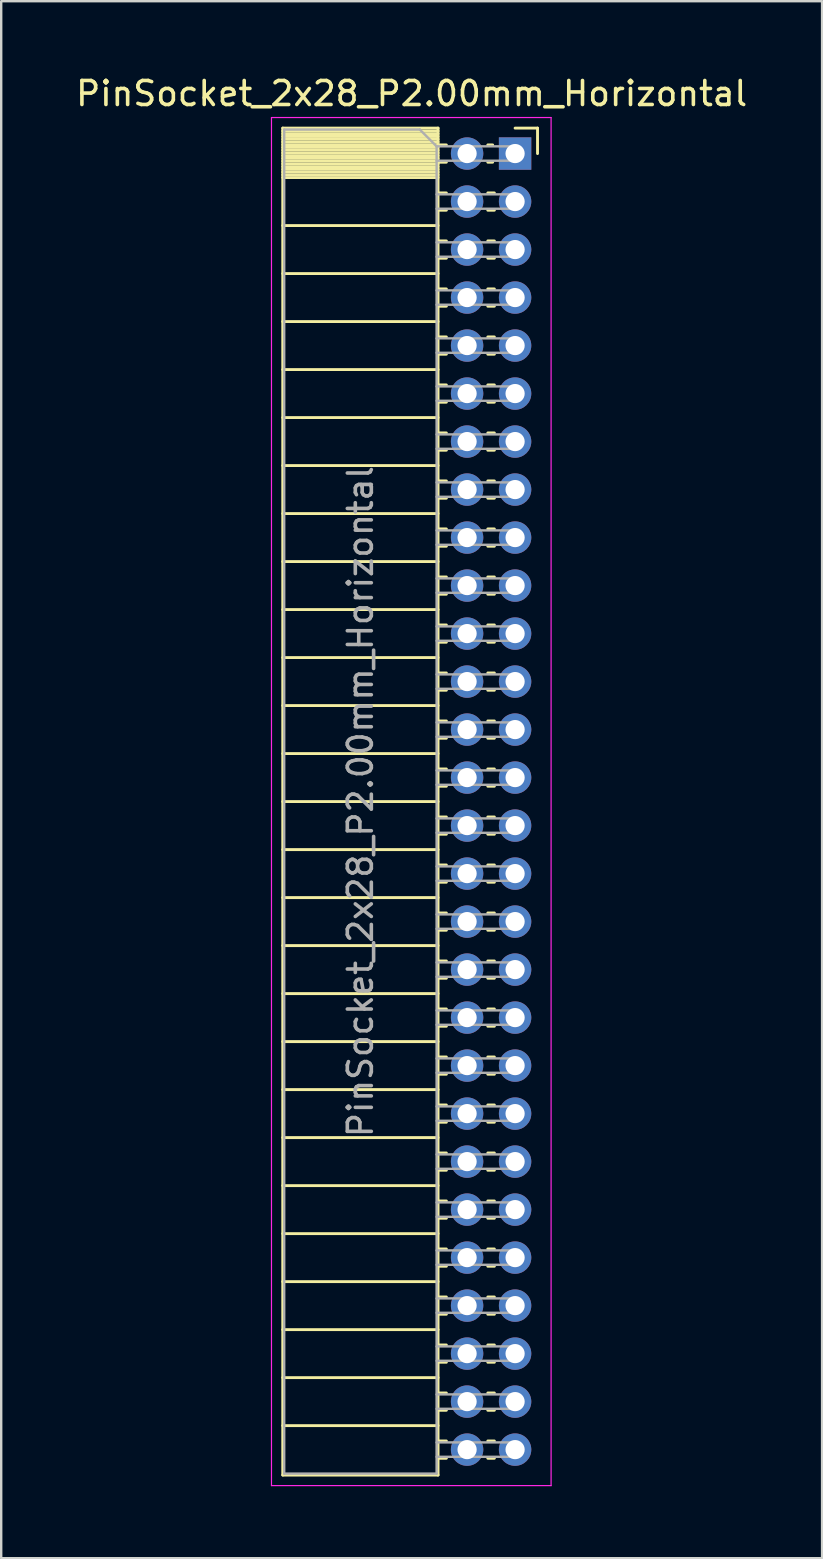
<source format=kicad_pcb>
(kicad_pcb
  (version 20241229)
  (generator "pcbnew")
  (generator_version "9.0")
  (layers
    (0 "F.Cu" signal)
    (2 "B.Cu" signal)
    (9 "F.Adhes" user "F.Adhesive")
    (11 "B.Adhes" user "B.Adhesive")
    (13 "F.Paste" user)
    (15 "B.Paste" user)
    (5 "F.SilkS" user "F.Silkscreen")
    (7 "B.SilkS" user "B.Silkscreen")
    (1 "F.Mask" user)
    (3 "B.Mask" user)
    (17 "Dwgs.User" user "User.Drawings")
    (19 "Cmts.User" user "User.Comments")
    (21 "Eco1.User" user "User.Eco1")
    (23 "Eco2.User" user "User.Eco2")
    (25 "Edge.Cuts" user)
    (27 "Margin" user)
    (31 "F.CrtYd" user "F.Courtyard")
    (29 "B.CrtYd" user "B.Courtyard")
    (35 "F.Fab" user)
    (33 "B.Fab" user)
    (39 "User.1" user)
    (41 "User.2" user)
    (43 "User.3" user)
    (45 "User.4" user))
  (footprint "PinSocket_2x28_P2.00mm_Horizontal"
    (layer "F.Cu")
    (at 18.411 3.348)
    (property "Reference" "PinSocket_2x28_P2.00mm_Horizontal" (at -4.31 -2.5 0) (layer "F.SilkS") (effects (font (size 1 1) (thickness 0.15))))
    (attr through_hole)
    (fp_line (start -9.68 -1.06) (end -9.68 55.06) (stroke (width 0.12) (type solid)) (layer "F.SilkS"))
    (fp_line (start -9.68 -1.06) (end -3.21 -1.06) (stroke (width 0.12) (type solid)) (layer "F.SilkS"))
    (fp_line (start -9.68 -0.94) (end -3.21 -0.94) (stroke (width 0.12) (type solid)) (layer "F.SilkS"))
    (fp_line (start -9.68 -0.826) (end -3.21 -0.826) (stroke (width 0.12) (type solid)) (layer "F.SilkS"))
    (fp_line (start -9.68 -0.712) (end -3.21 -0.712) (stroke (width 0.12) (type solid)) (layer "F.SilkS"))
    (fp_line (start -9.68 -0.598) (end -3.21 -0.598) (stroke (width 0.12) (type solid)) (layer "F.SilkS"))
    (fp_line (start -9.68 -0.484) (end -3.21 -0.484) (stroke (width 0.12) (type solid)) (layer "F.SilkS"))
    (fp_line (start -9.68 -0.369) (end -3.21 -0.369) (stroke (width 0.12) (type solid)) (layer "F.SilkS"))
    (fp_line (start -9.68 -0.255) (end -3.21 -0.255) (stroke (width 0.12) (type solid)) (layer "F.SilkS"))
    (fp_line (start -9.68 -0.141) (end -3.21 -0.141) (stroke (width 0.12) (type solid)) (layer "F.SilkS"))
    (fp_line (start -9.68 -0.027) (end -3.21 -0.027) (stroke (width 0.12) (type solid)) (layer "F.SilkS"))
    (fp_line (start -9.68 0.087) (end -3.21 0.087) (stroke (width 0.12) (type solid)) (layer "F.SilkS"))
    (fp_line (start -9.68 0.201) (end -3.21 0.201) (stroke (width 0.12) (type solid)) (layer "F.SilkS"))
    (fp_line (start -9.68 0.315) (end -3.21 0.315) (stroke (width 0.12) (type solid)) (layer "F.SilkS"))
    (fp_line (start -9.68 0.429) (end -3.21 0.429) (stroke (width 0.12) (type solid)) (layer "F.SilkS"))
    (fp_line (start -9.68 0.544) (end -3.21 0.544) (stroke (width 0.12) (type solid)) (layer "F.SilkS"))
    (fp_line (start -9.68 0.658) (end -3.21 0.658) (stroke (width 0.12) (type solid)) (layer "F.SilkS"))
    (fp_line (start -9.68 0.772) (end -3.21 0.772) (stroke (width 0.12) (type solid)) (layer "F.SilkS"))
    (fp_line (start -9.68 0.886) (end -3.21 0.886) (stroke (width 0.12) (type solid)) (layer "F.SilkS"))
    (fp_line (start -9.68 1) (end -3.21 1) (stroke (width 0.12) (type solid)) (layer "F.SilkS"))
    (fp_line (start -9.68 3) (end -3.21 3) (stroke (width 0.12) (type solid)) (layer "F.SilkS"))
    (fp_line (start -9.68 5) (end -3.21 5) (stroke (width 0.12) (type solid)) (layer "F.SilkS"))
    (fp_line (start -9.68 7) (end -3.21 7) (stroke (width 0.12) (type solid)) (layer "F.SilkS"))
    (fp_line (start -9.68 9) (end -3.21 9) (stroke (width 0.12) (type solid)) (layer "F.SilkS"))
    (fp_line (start -9.68 11) (end -3.21 11) (stroke (width 0.12) (type solid)) (layer "F.SilkS"))
    (fp_line (start -9.68 13) (end -3.21 13) (stroke (width 0.12) (type solid)) (layer "F.SilkS"))
    (fp_line (start -9.68 15) (end -3.21 15) (stroke (width 0.12) (type solid)) (layer "F.SilkS"))
    (fp_line (start -9.68 17) (end -3.21 17) (stroke (width 0.12) (type solid)) (layer "F.SilkS"))
    (fp_line (start -9.68 19) (end -3.21 19) (stroke (width 0.12) (type solid)) (layer "F.SilkS"))
    (fp_line (start -9.68 21) (end -3.21 21) (stroke (width 0.12) (type solid)) (layer "F.SilkS"))
    (fp_line (start -9.68 23) (end -3.21 23) (stroke (width 0.12) (type solid)) (layer "F.SilkS"))
    (fp_line (start -9.68 25) (end -3.21 25) (stroke (width 0.12) (type solid)) (layer "F.SilkS"))
    (fp_line (start -9.68 27) (end -3.21 27) (stroke (width 0.12) (type solid)) (layer "F.SilkS"))
    (fp_line (start -9.68 29) (end -3.21 29) (stroke (width 0.12) (type solid)) (layer "F.SilkS"))
    (fp_line (start -9.68 31) (end -3.21 31) (stroke (width 0.12) (type solid)) (layer "F.SilkS"))
    (fp_line (start -9.68 33) (end -3.21 33) (stroke (width 0.12) (type solid)) (layer "F.SilkS"))
    (fp_line (start -9.68 35) (end -3.21 35) (stroke (width 0.12) (type solid)) (layer "F.SilkS"))
    (fp_line (start -9.68 37) (end -3.21 37) (stroke (width 0.12) (type solid)) (layer "F.SilkS"))
    (fp_line (start -9.68 39) (end -3.21 39) (stroke (width 0.12) (type solid)) (layer "F.SilkS"))
    (fp_line (start -9.68 41) (end -3.21 41) (stroke (width 0.12) (type solid)) (layer "F.SilkS"))
    (fp_line (start -9.68 43) (end -3.21 43) (stroke (width 0.12) (type solid)) (layer "F.SilkS"))
    (fp_line (start -9.68 45) (end -3.21 45) (stroke (width 0.12) (type solid)) (layer "F.SilkS"))
    (fp_line (start -9.68 47) (end -3.21 47) (stroke (width 0.12) (type solid)) (layer "F.SilkS"))
    (fp_line (start -9.68 49) (end -3.21 49) (stroke (width 0.12) (type solid)) (layer "F.SilkS"))
    (fp_line (start -9.68 51) (end -3.21 51) (stroke (width 0.12) (type solid)) (layer "F.SilkS"))
    (fp_line (start -9.68 53) (end -3.21 53) (stroke (width 0.12) (type solid)) (layer "F.SilkS"))
    (fp_line (start -9.68 55.06) (end -3.21 55.06) (stroke (width 0.12) (type solid)) (layer "F.SilkS"))
    (fp_line (start -3.21 -1.06) (end -3.21 55.06) (stroke (width 0.12) (type solid)) (layer "F.SilkS"))
    (fp_line (start -3.21 -0.36) (end -2.863 -0.36) (stroke (width 0.12) (type solid)) (layer "F.SilkS"))
    (fp_line (start -3.21 0.36) (end -2.863 0.36) (stroke (width 0.12) (type solid)) (layer "F.SilkS"))
    (fp_line (start -3.21 1.64) (end -2.863 1.64) (stroke (width 0.12) (type solid)) (layer "F.SilkS"))
    (fp_line (start -3.21 2.36) (end -2.863 2.36) (stroke (width 0.12) (type solid)) (layer "F.SilkS"))
    (fp_line (start -3.21 3.64) (end -2.863 3.64) (stroke (width 0.12) (type solid)) (layer "F.SilkS"))
    (fp_line (start -3.21 4.36) (end -2.863 4.36) (stroke (width 0.12) (type solid)) (layer "F.SilkS"))
    (fp_line (start -3.21 5.64) (end -2.863 5.64) (stroke (width 0.12) (type solid)) (layer "F.SilkS"))
    (fp_line (start -3.21 6.36) (end -2.863 6.36) (stroke (width 0.12) (type solid)) (layer "F.SilkS"))
    (fp_line (start -3.21 7.64) (end -2.863 7.64) (stroke (width 0.12) (type solid)) (layer "F.SilkS"))
    (fp_line (start -3.21 8.36) (end -2.863 8.36) (stroke (width 0.12) (type solid)) (layer "F.SilkS"))
    (fp_line (start -3.21 9.64) (end -2.863 9.64) (stroke (width 0.12) (type solid)) (layer "F.SilkS"))
    (fp_line (start -3.21 10.36) (end -2.863 10.36) (stroke (width 0.12) (type solid)) (layer "F.SilkS"))
    (fp_line (start -3.21 11.64) (end -2.863 11.64) (stroke (width 0.12) (type solid)) (layer "F.SilkS"))
    (fp_line (start -3.21 12.36) (end -2.863 12.36) (stroke (width 0.12) (type solid)) (layer "F.SilkS"))
    (fp_line (start -3.21 13.64) (end -2.863 13.64) (stroke (width 0.12) (type solid)) (layer "F.SilkS"))
    (fp_line (start -3.21 14.36) (end -2.863 14.36) (stroke (width 0.12) (type solid)) (layer "F.SilkS"))
    (fp_line (start -3.21 15.64) (end -2.863 15.64) (stroke (width 0.12) (type solid)) (layer "F.SilkS"))
    (fp_line (start -3.21 16.36) (end -2.863 16.36) (stroke (width 0.12) (type solid)) (layer "F.SilkS"))
    (fp_line (start -3.21 17.64) (end -2.863 17.64) (stroke (width 0.12) (type solid)) (layer "F.SilkS"))
    (fp_line (start -3.21 18.36) (end -2.863 18.36) (stroke (width 0.12) (type solid)) (layer "F.SilkS"))
    (fp_line (start -3.21 19.64) (end -2.863 19.64) (stroke (width 0.12) (type solid)) (layer "F.SilkS"))
    (fp_line (start -3.21 20.36) (end -2.863 20.36) (stroke (width 0.12) (type solid)) (layer "F.SilkS"))
    (fp_line (start -3.21 21.64) (end -2.863 21.64) (stroke (width 0.12) (type solid)) (layer "F.SilkS"))
    (fp_line (start -3.21 22.36) (end -2.863 22.36) (stroke (width 0.12) (type solid)) (layer "F.SilkS"))
    (fp_line (start -3.21 23.64) (end -2.863 23.64) (stroke (width 0.12) (type solid)) (layer "F.SilkS"))
    (fp_line (start -3.21 24.36) (end -2.863 24.36) (stroke (width 0.12) (type solid)) (layer "F.SilkS"))
    (fp_line (start -3.21 25.64) (end -2.863 25.64) (stroke (width 0.12) (type solid)) (layer "F.SilkS"))
    (fp_line (start -3.21 26.36) (end -2.863 26.36) (stroke (width 0.12) (type solid)) (layer "F.SilkS"))
    (fp_line (start -3.21 27.64) (end -2.863 27.64) (stroke (width 0.12) (type solid)) (layer "F.SilkS"))
    (fp_line (start -3.21 28.36) (end -2.863 28.36) (stroke (width 0.12) (type solid)) (layer "F.SilkS"))
    (fp_line (start -3.21 29.64) (end -2.863 29.64) (stroke (width 0.12) (type solid)) (layer "F.SilkS"))
    (fp_line (start -3.21 30.36) (end -2.863 30.36) (stroke (width 0.12) (type solid)) (layer "F.SilkS"))
    (fp_line (start -3.21 31.64) (end -2.863 31.64) (stroke (width 0.12) (type solid)) (layer "F.SilkS"))
    (fp_line (start -3.21 32.36) (end -2.863 32.36) (stroke (width 0.12) (type solid)) (layer "F.SilkS"))
    (fp_line (start -3.21 33.64) (end -2.863 33.64) (stroke (width 0.12) (type solid)) (layer "F.SilkS"))
    (fp_line (start -3.21 34.36) (end -2.863 34.36) (stroke (width 0.12) (type solid)) (layer "F.SilkS"))
    (fp_line (start -3.21 35.64) (end -2.863 35.64) (stroke (width 0.12) (type solid)) (layer "F.SilkS"))
    (fp_line (start -3.21 36.36) (end -2.863 36.36) (stroke (width 0.12) (type solid)) (layer "F.SilkS"))
    (fp_line (start -3.21 37.64) (end -2.863 37.64) (stroke (width 0.12) (type solid)) (layer "F.SilkS"))
    (fp_line (start -3.21 38.36) (end -2.863 38.36) (stroke (width 0.12) (type solid)) (layer "F.SilkS"))
    (fp_line (start -3.21 39.64) (end -2.863 39.64) (stroke (width 0.12) (type solid)) (layer "F.SilkS"))
    (fp_line (start -3.21 40.36) (end -2.863 40.36) (stroke (width 0.12) (type solid)) (layer "F.SilkS"))
    (fp_line (start -3.21 41.64) (end -2.863 41.64) (stroke (width 0.12) (type solid)) (layer "F.SilkS"))
    (fp_line (start -3.21 42.36) (end -2.863 42.36) (stroke (width 0.12) (type solid)) (layer "F.SilkS"))
    (fp_line (start -3.21 43.64) (end -2.863 43.64) (stroke (width 0.12) (type solid)) (layer "F.SilkS"))
    (fp_line (start -3.21 44.36) (end -2.863 44.36) (stroke (width 0.12) (type solid)) (layer "F.SilkS"))
    (fp_line (start -3.21 45.64) (end -2.863 45.64) (stroke (width 0.12) (type solid)) (layer "F.SilkS"))
    (fp_line (start -3.21 46.36) (end -2.863 46.36) (stroke (width 0.12) (type solid)) (layer "F.SilkS"))
    (fp_line (start -3.21 47.64) (end -2.863 47.64) (stroke (width 0.12) (type solid)) (layer "F.SilkS"))
    (fp_line (start -3.21 48.36) (end -2.863 48.36) (stroke (width 0.12) (type solid)) (layer "F.SilkS"))
    (fp_line (start -3.21 49.64) (end -2.863 49.64) (stroke (width 0.12) (type solid)) (layer "F.SilkS"))
    (fp_line (start -3.21 50.36) (end -2.863 50.36) (stroke (width 0.12) (type solid)) (layer "F.SilkS"))
    (fp_line (start -3.21 51.64) (end -2.863 51.64) (stroke (width 0.12) (type solid)) (layer "F.SilkS"))
    (fp_line (start -3.21 52.36) (end -2.863 52.36) (stroke (width 0.12) (type solid)) (layer "F.SilkS"))
    (fp_line (start -3.21 53.64) (end -2.863 53.64) (stroke (width 0.12) (type solid)) (layer "F.SilkS"))
    (fp_line (start -3.21 54.36) (end -2.863 54.36) (stroke (width 0.12) (type solid)) (layer "F.SilkS"))
    (fp_line (start -1.137 -0.36) (end -0.935 -0.36) (stroke (width 0.12) (type solid)) (layer "F.SilkS"))
    (fp_line (start -1.137 0.36) (end -0.935 0.36) (stroke (width 0.12) (type solid)) (layer "F.SilkS"))
    (fp_line (start -1.137 1.64) (end -0.863 1.64) (stroke (width 0.12) (type solid)) (layer "F.SilkS"))
    (fp_line (start -1.137 2.36) (end -0.863 2.36) (stroke (width 0.12) (type solid)) (layer "F.SilkS"))
    (fp_line (start -1.137 3.64) (end -0.863 3.64) (stroke (width 0.12) (type solid)) (layer "F.SilkS"))
    (fp_line (start -1.137 4.36) (end -0.863 4.36) (stroke (width 0.12) (type solid)) (layer "F.SilkS"))
    (fp_line (start -1.137 5.64) (end -0.863 5.64) (stroke (width 0.12) (type solid)) (layer "F.SilkS"))
    (fp_line (start -1.137 6.36) (end -0.863 6.36) (stroke (width 0.12) (type solid)) (layer "F.SilkS"))
    (fp_line (start -1.137 7.64) (end -0.863 7.64) (stroke (width 0.12) (type solid)) (layer "F.SilkS"))
    (fp_line (start -1.137 8.36) (end -0.863 8.36) (stroke (width 0.12) (type solid)) (layer "F.SilkS"))
    (fp_line (start -1.137 9.64) (end -0.863 9.64) (stroke (width 0.12) (type solid)) (layer "F.SilkS"))
    (fp_line (start -1.137 10.36) (end -0.863 10.36) (stroke (width 0.12) (type solid)) (layer "F.SilkS"))
    (fp_line (start -1.137 11.64) (end -0.863 11.64) (stroke (width 0.12) (type solid)) (layer "F.SilkS"))
    (fp_line (start -1.137 12.36) (end -0.863 12.36) (stroke (width 0.12) (type solid)) (layer "F.SilkS"))
    (fp_line (start -1.137 13.64) (end -0.863 13.64) (stroke (width 0.12) (type solid)) (layer "F.SilkS"))
    (fp_line (start -1.137 14.36) (end -0.863 14.36) (stroke (width 0.12) (type solid)) (layer "F.SilkS"))
    (fp_line (start -1.137 15.64) (end -0.863 15.64) (stroke (width 0.12) (type solid)) (layer "F.SilkS"))
    (fp_line (start -1.137 16.36) (end -0.863 16.36) (stroke (width 0.12) (type solid)) (layer "F.SilkS"))
    (fp_line (start -1.137 17.64) (end -0.863 17.64) (stroke (width 0.12) (type solid)) (layer "F.SilkS"))
    (fp_line (start -1.137 18.36) (end -0.863 18.36) (stroke (width 0.12) (type solid)) (layer "F.SilkS"))
    (fp_line (start -1.137 19.64) (end -0.863 19.64) (stroke (width 0.12) (type solid)) (layer "F.SilkS"))
    (fp_line (start -1.137 20.36) (end -0.863 20.36) (stroke (width 0.12) (type solid)) (layer "F.SilkS"))
    (fp_line (start -1.137 21.64) (end -0.863 21.64) (stroke (width 0.12) (type solid)) (layer "F.SilkS"))
    (fp_line (start -1.137 22.36) (end -0.863 22.36) (stroke (width 0.12) (type solid)) (layer "F.SilkS"))
    (fp_line (start -1.137 23.64) (end -0.863 23.64) (stroke (width 0.12) (type solid)) (layer "F.SilkS"))
    (fp_line (start -1.137 24.36) (end -0.863 24.36) (stroke (width 0.12) (type solid)) (layer "F.SilkS"))
    (fp_line (start -1.137 25.64) (end -0.863 25.64) (stroke (width 0.12) (type solid)) (layer "F.SilkS"))
    (fp_line (start -1.137 26.36) (end -0.863 26.36) (stroke (width 0.12) (type solid)) (layer "F.SilkS"))
    (fp_line (start -1.137 27.64) (end -0.863 27.64) (stroke (width 0.12) (type solid)) (layer "F.SilkS"))
    (fp_line (start -1.137 28.36) (end -0.863 28.36) (stroke (width 0.12) (type solid)) (layer "F.SilkS"))
    (fp_line (start -1.137 29.64) (end -0.863 29.64) (stroke (width 0.12) (type solid)) (layer "F.SilkS"))
    (fp_line (start -1.137 30.36) (end -0.863 30.36) (stroke (width 0.12) (type solid)) (layer "F.SilkS"))
    (fp_line (start -1.137 31.64) (end -0.863 31.64) (stroke (width 0.12) (type solid)) (layer "F.SilkS"))
    (fp_line (start -1.137 32.36) (end -0.863 32.36) (stroke (width 0.12) (type solid)) (layer "F.SilkS"))
    (fp_line (start -1.137 33.64) (end -0.863 33.64) (stroke (width 0.12) (type solid)) (layer "F.SilkS"))
    (fp_line (start -1.137 34.36) (end -0.863 34.36) (stroke (width 0.12) (type solid)) (layer "F.SilkS"))
    (fp_line (start -1.137 35.64) (end -0.863 35.64) (stroke (width 0.12) (type solid)) (layer "F.SilkS"))
    (fp_line (start -1.137 36.36) (end -0.863 36.36) (stroke (width 0.12) (type solid)) (layer "F.SilkS"))
    (fp_line (start -1.137 37.64) (end -0.863 37.64) (stroke (width 0.12) (type solid)) (layer "F.SilkS"))
    (fp_line (start -1.137 38.36) (end -0.863 38.36) (stroke (width 0.12) (type solid)) (layer "F.SilkS"))
    (fp_line (start -1.137 39.64) (end -0.863 39.64) (stroke (width 0.12) (type solid)) (layer "F.SilkS"))
    (fp_line (start -1.137 40.36) (end -0.863 40.36) (stroke (width 0.12) (type solid)) (layer "F.SilkS"))
    (fp_line (start -1.137 41.64) (end -0.863 41.64) (stroke (width 0.12) (type solid)) (layer "F.SilkS"))
    (fp_line (start -1.137 42.36) (end -0.863 42.36) (stroke (width 0.12) (type solid)) (layer "F.SilkS"))
    (fp_line (start -1.137 43.64) (end -0.863 43.64) (stroke (width 0.12) (type solid)) (layer "F.SilkS"))
    (fp_line (start -1.137 44.36) (end -0.863 44.36) (stroke (width 0.12) (type solid)) (layer "F.SilkS"))
    (fp_line (start -1.137 45.64) (end -0.863 45.64) (stroke (width 0.12) (type solid)) (layer "F.SilkS"))
    (fp_line (start -1.137 46.36) (end -0.863 46.36) (stroke (width 0.12) (type solid)) (layer "F.SilkS"))
    (fp_line (start -1.137 47.64) (end -0.863 47.64) (stroke (width 0.12) (type solid)) (layer "F.SilkS"))
    (fp_line (start -1.137 48.36) (end -0.863 48.36) (stroke (width 0.12) (type solid)) (layer "F.SilkS"))
    (fp_line (start -1.137 49.64) (end -0.863 49.64) (stroke (width 0.12) (type solid)) (layer "F.SilkS"))
    (fp_line (start -1.137 50.36) (end -0.863 50.36) (stroke (width 0.12) (type solid)) (layer "F.SilkS"))
    (fp_line (start -1.137 51.64) (end -0.863 51.64) (stroke (width 0.12) (type solid)) (layer "F.SilkS"))
    (fp_line (start -1.137 52.36) (end -0.863 52.36) (stroke (width 0.12) (type solid)) (layer "F.SilkS"))
    (fp_line (start -1.137 53.64) (end -0.863 53.64) (stroke (width 0.12) (type solid)) (layer "F.SilkS"))
    (fp_line (start -1.137 54.36) (end -0.863 54.36) (stroke (width 0.12) (type solid)) (layer "F.SilkS"))
    (fp_line (start 0 -1.06) (end 0.935 -1.06) (stroke (width 0.12) (type solid)) (layer "F.SilkS"))
    (fp_line (start 0.935 -1.06) (end 0.935 0) (stroke (width 0.12) (type solid)) (layer "F.SilkS"))
    (fp_line (start -10.15 -1.5) (end -10.15 55.5) (stroke (width 0.05) (type solid)) (layer "F.CrtYd"))
    (fp_line (start -10.15 55.5) (end 1.5 55.5) (stroke (width 0.05) (type solid)) (layer "F.CrtYd"))
    (fp_line (start 1.5 -1.5) (end -10.15 -1.5) (stroke (width 0.05) (type solid)) (layer "F.CrtYd"))
    (fp_line (start 1.5 55.5) (end 1.5 -1.5) (stroke (width 0.05) (type solid)) (layer "F.CrtYd"))
    (fp_line (start -9.62 -1) (end -3.97 -1) (stroke (width 0.1) (type solid)) (layer "F.Fab"))
    (fp_line (start -9.62 55) (end -9.62 -1) (stroke (width 0.1) (type solid)) (layer "F.Fab"))
    (fp_line (start -3.97 -1) (end -3.27 -0.3) (stroke (width 0.1) (type solid)) (layer "F.Fab"))
    (fp_line (start -3.27 -0.3) (end -3.27 55) (stroke (width 0.1) (type solid)) (layer "F.Fab"))
    (fp_line (start -3.27 0.3) (end 0 0.3) (stroke (width 0.1) (type solid)) (layer "F.Fab"))
    (fp_line (start -3.27 2.3) (end 0 2.3) (stroke (width 0.1) (type solid)) (layer "F.Fab"))
    (fp_line (start -3.27 4.3) (end 0 4.3) (stroke (width 0.1) (type solid)) (layer "F.Fab"))
    (fp_line (start -3.27 6.3) (end 0 6.3) (stroke (width 0.1) (type solid)) (layer "F.Fab"))
    (fp_line (start -3.27 8.3) (end 0 8.3) (stroke (width 0.1) (type solid)) (layer "F.Fab"))
    (fp_line (start -3.27 10.3) (end 0 10.3) (stroke (width 0.1) (type solid)) (layer "F.Fab"))
    (fp_line (start -3.27 12.3) (end 0 12.3) (stroke (width 0.1) (type solid)) (layer "F.Fab"))
    (fp_line (start -3.27 14.3) (end 0 14.3) (stroke (width 0.1) (type solid)) (layer "F.Fab"))
    (fp_line (start -3.27 16.3) (end 0 16.3) (stroke (width 0.1) (type solid)) (layer "F.Fab"))
    (fp_line (start -3.27 18.3) (end 0 18.3) (stroke (width 0.1) (type solid)) (layer "F.Fab"))
    (fp_line (start -3.27 20.3) (end 0 20.3) (stroke (width 0.1) (type solid)) (layer "F.Fab"))
    (fp_line (start -3.27 22.3) (end 0 22.3) (stroke (width 0.1) (type solid)) (layer "F.Fab"))
    (fp_line (start -3.27 24.3) (end 0 24.3) (stroke (width 0.1) (type solid)) (layer "F.Fab"))
    (fp_line (start -3.27 26.3) (end 0 26.3) (stroke (width 0.1) (type solid)) (layer "F.Fab"))
    (fp_line (start -3.27 28.3) (end 0 28.3) (stroke (width 0.1) (type solid)) (layer "F.Fab"))
    (fp_line (start -3.27 30.3) (end 0 30.3) (stroke (width 0.1) (type solid)) (layer "F.Fab"))
    (fp_line (start -3.27 32.3) (end 0 32.3) (stroke (width 0.1) (type solid)) (layer "F.Fab"))
    (fp_line (start -3.27 34.3) (end 0 34.3) (stroke (width 0.1) (type solid)) (layer "F.Fab"))
    (fp_line (start -3.27 36.3) (end 0 36.3) (stroke (width 0.1) (type solid)) (layer "F.Fab"))
    (fp_line (start -3.27 38.3) (end 0 38.3) (stroke (width 0.1) (type solid)) (layer "F.Fab"))
    (fp_line (start -3.27 40.3) (end 0 40.3) (stroke (width 0.1) (type solid)) (layer "F.Fab"))
    (fp_line (start -3.27 42.3) (end 0 42.3) (stroke (width 0.1) (type solid)) (layer "F.Fab"))
    (fp_line (start -3.27 44.3) (end 0 44.3) (stroke (width 0.1) (type solid)) (layer "F.Fab"))
    (fp_line (start -3.27 46.3) (end 0 46.3) (stroke (width 0.1) (type solid)) (layer "F.Fab"))
    (fp_line (start -3.27 48.3) (end 0 48.3) (stroke (width 0.1) (type solid)) (layer "F.Fab"))
    (fp_line (start -3.27 50.3) (end 0 50.3) (stroke (width 0.1) (type solid)) (layer "F.Fab"))
    (fp_line (start -3.27 52.3) (end 0 52.3) (stroke (width 0.1) (type solid)) (layer "F.Fab"))
    (fp_line (start -3.27 54.3) (end 0 54.3) (stroke (width 0.1) (type solid)) (layer "F.Fab"))
    (fp_line (start -3.27 55) (end -9.62 55) (stroke (width 0.1) (type solid)) (layer "F.Fab"))
    (fp_line (start 0 -0.3) (end -3.27 -0.3) (stroke (width 0.1) (type solid)) (layer "F.Fab"))
    (fp_line (start 0 0.3) (end 0 -0.3) (stroke (width 0.1) (type solid)) (layer "F.Fab"))
    (fp_line (start 0 1.7) (end -3.27 1.7) (stroke (width 0.1) (type solid)) (layer "F.Fab"))
    (fp_line (start 0 2.3) (end 0 1.7) (stroke (width 0.1) (type solid)) (layer "F.Fab"))
    (fp_line (start 0 3.7) (end -3.27 3.7) (stroke (width 0.1) (type solid)) (layer "F.Fab"))
    (fp_line (start 0 4.3) (end 0 3.7) (stroke (width 0.1) (type solid)) (layer "F.Fab"))
    (fp_line (start 0 5.7) (end -3.27 5.7) (stroke (width 0.1) (type solid)) (layer "F.Fab"))
    (fp_line (start 0 6.3) (end 0 5.7) (stroke (width 0.1) (type solid)) (layer "F.Fab"))
    (fp_line (start 0 7.7) (end -3.27 7.7) (stroke (width 0.1) (type solid)) (layer "F.Fab"))
    (fp_line (start 0 8.3) (end 0 7.7) (stroke (width 0.1) (type solid)) (layer "F.Fab"))
    (fp_line (start 0 9.7) (end -3.27 9.7) (stroke (width 0.1) (type solid)) (layer "F.Fab"))
    (fp_line (start 0 10.3) (end 0 9.7) (stroke (width 0.1) (type solid)) (layer "F.Fab"))
    (fp_line (start 0 11.7) (end -3.27 11.7) (stroke (width 0.1) (type solid)) (layer "F.Fab"))
    (fp_line (start 0 12.3) (end 0 11.7) (stroke (width 0.1) (type solid)) (layer "F.Fab"))
    (fp_line (start 0 13.7) (end -3.27 13.7) (stroke (width 0.1) (type solid)) (layer "F.Fab"))
    (fp_line (start 0 14.3) (end 0 13.7) (stroke (width 0.1) (type solid)) (layer "F.Fab"))
    (fp_line (start 0 15.7) (end -3.27 15.7) (stroke (width 0.1) (type solid)) (layer "F.Fab"))
    (fp_line (start 0 16.3) (end 0 15.7) (stroke (width 0.1) (type solid)) (layer "F.Fab"))
    (fp_line (start 0 17.7) (end -3.27 17.7) (stroke (width 0.1) (type solid)) (layer "F.Fab"))
    (fp_line (start 0 18.3) (end 0 17.7) (stroke (width 0.1) (type solid)) (layer "F.Fab"))
    (fp_line (start 0 19.7) (end -3.27 19.7) (stroke (width 0.1) (type solid)) (layer "F.Fab"))
    (fp_line (start 0 20.3) (end 0 19.7) (stroke (width 0.1) (type solid)) (layer "F.Fab"))
    (fp_line (start 0 21.7) (end -3.27 21.7) (stroke (width 0.1) (type solid)) (layer "F.Fab"))
    (fp_line (start 0 22.3) (end 0 21.7) (stroke (width 0.1) (type solid)) (layer "F.Fab"))
    (fp_line (start 0 23.7) (end -3.27 23.7) (stroke (width 0.1) (type solid)) (layer "F.Fab"))
    (fp_line (start 0 24.3) (end 0 23.7) (stroke (width 0.1) (type solid)) (layer "F.Fab"))
    (fp_line (start 0 25.7) (end -3.27 25.7) (stroke (width 0.1) (type solid)) (layer "F.Fab"))
    (fp_line (start 0 26.3) (end 0 25.7) (stroke (width 0.1) (type solid)) (layer "F.Fab"))
    (fp_line (start 0 27.7) (end -3.27 27.7) (stroke (width 0.1) (type solid)) (layer "F.Fab"))
    (fp_line (start 0 28.3) (end 0 27.7) (stroke (width 0.1) (type solid)) (layer "F.Fab"))
    (fp_line (start 0 29.7) (end -3.27 29.7) (stroke (width 0.1) (type solid)) (layer "F.Fab"))
    (fp_line (start 0 30.3) (end 0 29.7) (stroke (width 0.1) (type solid)) (layer "F.Fab"))
    (fp_line (start 0 31.7) (end -3.27 31.7) (stroke (width 0.1) (type solid)) (layer "F.Fab"))
    (fp_line (start 0 32.3) (end 0 31.7) (stroke (width 0.1) (type solid)) (layer "F.Fab"))
    (fp_line (start 0 33.7) (end -3.27 33.7) (stroke (width 0.1) (type solid)) (layer "F.Fab"))
    (fp_line (start 0 34.3) (end 0 33.7) (stroke (width 0.1) (type solid)) (layer "F.Fab"))
    (fp_line (start 0 35.7) (end -3.27 35.7) (stroke (width 0.1) (type solid)) (layer "F.Fab"))
    (fp_line (start 0 36.3) (end 0 35.7) (stroke (width 0.1) (type solid)) (layer "F.Fab"))
    (fp_line (start 0 37.7) (end -3.27 37.7) (stroke (width 0.1) (type solid)) (layer "F.Fab"))
    (fp_line (start 0 38.3) (end 0 37.7) (stroke (width 0.1) (type solid)) (layer "F.Fab"))
    (fp_line (start 0 39.7) (end -3.27 39.7) (stroke (width 0.1) (type solid)) (layer "F.Fab"))
    (fp_line (start 0 40.3) (end 0 39.7) (stroke (width 0.1) (type solid)) (layer "F.Fab"))
    (fp_line (start 0 41.7) (end -3.27 41.7) (stroke (width 0.1) (type solid)) (layer "F.Fab"))
    (fp_line (start 0 42.3) (end 0 41.7) (stroke (width 0.1) (type solid)) (layer "F.Fab"))
    (fp_line (start 0 43.7) (end -3.27 43.7) (stroke (width 0.1) (type solid)) (layer "F.Fab"))
    (fp_line (start 0 44.3) (end 0 43.7) (stroke (width 0.1) (type solid)) (layer "F.Fab"))
    (fp_line (start 0 45.7) (end -3.27 45.7) (stroke (width 0.1) (type solid)) (layer "F.Fab"))
    (fp_line (start 0 46.3) (end 0 45.7) (stroke (width 0.1) (type solid)) (layer "F.Fab"))
    (fp_line (start 0 47.7) (end -3.27 47.7) (stroke (width 0.1) (type solid)) (layer "F.Fab"))
    (fp_line (start 0 48.3) (end 0 47.7) (stroke (width 0.1) (type solid)) (layer "F.Fab"))
    (fp_line (start 0 49.7) (end -3.27 49.7) (stroke (width 0.1) (type solid)) (layer "F.Fab"))
    (fp_line (start 0 50.3) (end 0 49.7) (stroke (width 0.1) (type solid)) (layer "F.Fab"))
    (fp_line (start 0 51.7) (end -3.27 51.7) (stroke (width 0.1) (type solid)) (layer "F.Fab"))
    (fp_line (start 0 52.3) (end 0 51.7) (stroke (width 0.1) (type solid)) (layer "F.Fab"))
    (fp_line (start 0 53.7) (end -3.27 53.7) (stroke (width 0.1) (type solid)) (layer "F.Fab"))
    (fp_line (start 0 54.3) (end 0 53.7) (stroke (width 0.1) (type solid)) (layer "F.Fab"))
    (fp_text user "${REFERENCE}" (at -6.445 27 90) (layer "F.Fab") (effects (font (size 1 1) (thickness 0.15))))
    (pad "1" thru_hole rect (at 0 0) (size 1.35 1.35) (drill 0.8) (layers "*.Cu" "*.Mask"))
    (pad "2" thru_hole circle (at -2 0) (size 1.35 1.35) (drill 0.8) (layers "*.Cu" "*.Mask"))
    (pad "3" thru_hole circle (at 0 2) (size 1.35 1.35) (drill 0.8) (layers "*.Cu" "*.Mask"))
    (pad "4" thru_hole circle (at -2 2) (size 1.35 1.35) (drill 0.8) (layers "*.Cu" "*.Mask"))
    (pad "5" thru_hole circle (at 0 4) (size 1.35 1.35) (drill 0.8) (layers "*.Cu" "*.Mask"))
    (pad "6" thru_hole circle (at -2 4) (size 1.35 1.35) (drill 0.8) (layers "*.Cu" "*.Mask"))
    (pad "7" thru_hole circle (at 0 6) (size 1.35 1.35) (drill 0.8) (layers "*.Cu" "*.Mask"))
    (pad "8" thru_hole circle (at -2 6) (size 1.35 1.35) (drill 0.8) (layers "*.Cu" "*.Mask"))
    (pad "9" thru_hole circle (at 0 8) (size 1.35 1.35) (drill 0.8) (layers "*.Cu" "*.Mask"))
    (pad "10" thru_hole circle (at -2 8) (size 1.35 1.35) (drill 0.8) (layers "*.Cu" "*.Mask"))
    (pad "11" thru_hole circle (at 0 10) (size 1.35 1.35) (drill 0.8) (layers "*.Cu" "*.Mask"))
    (pad "12" thru_hole circle (at -2 10) (size 1.35 1.35) (drill 0.8) (layers "*.Cu" "*.Mask"))
    (pad "13" thru_hole circle (at 0 12) (size 1.35 1.35) (drill 0.8) (layers "*.Cu" "*.Mask"))
    (pad "14" thru_hole circle (at -2 12) (size 1.35 1.35) (drill 0.8) (layers "*.Cu" "*.Mask"))
    (pad "15" thru_hole circle (at 0 14) (size 1.35 1.35) (drill 0.8) (layers "*.Cu" "*.Mask"))
    (pad "16" thru_hole circle (at -2 14) (size 1.35 1.35) (drill 0.8) (layers "*.Cu" "*.Mask"))
    (pad "17" thru_hole circle (at 0 16) (size 1.35 1.35) (drill 0.8) (layers "*.Cu" "*.Mask"))
    (pad "18" thru_hole circle (at -2 16) (size 1.35 1.35) (drill 0.8) (layers "*.Cu" "*.Mask"))
    (pad "19" thru_hole circle (at 0 18) (size 1.35 1.35) (drill 0.8) (layers "*.Cu" "*.Mask"))
    (pad "20" thru_hole circle (at -2 18) (size 1.35 1.35) (drill 0.8) (layers "*.Cu" "*.Mask"))
    (pad "21" thru_hole circle (at 0 20) (size 1.35 1.35) (drill 0.8) (layers "*.Cu" "*.Mask"))
    (pad "22" thru_hole circle (at -2 20) (size 1.35 1.35) (drill 0.8) (layers "*.Cu" "*.Mask"))
    (pad "23" thru_hole circle (at 0 22) (size 1.35 1.35) (drill 0.8) (layers "*.Cu" "*.Mask"))
    (pad "24" thru_hole circle (at -2 22) (size 1.35 1.35) (drill 0.8) (layers "*.Cu" "*.Mask"))
    (pad "25" thru_hole circle (at 0 24) (size 1.35 1.35) (drill 0.8) (layers "*.Cu" "*.Mask"))
    (pad "26" thru_hole circle (at -2 24) (size 1.35 1.35) (drill 0.8) (layers "*.Cu" "*.Mask"))
    (pad "27" thru_hole circle (at 0 26) (size 1.35 1.35) (drill 0.8) (layers "*.Cu" "*.Mask"))
    (pad "28" thru_hole circle (at -2 26) (size 1.35 1.35) (drill 0.8) (layers "*.Cu" "*.Mask"))
    (pad "29" thru_hole circle (at 0 28) (size 1.35 1.35) (drill 0.8) (layers "*.Cu" "*.Mask"))
    (pad "30" thru_hole circle (at -2 28) (size 1.35 1.35) (drill 0.8) (layers "*.Cu" "*.Mask"))
    (pad "31" thru_hole circle (at 0 30) (size 1.35 1.35) (drill 0.8) (layers "*.Cu" "*.Mask"))
    (pad "32" thru_hole circle (at -2 30) (size 1.35 1.35) (drill 0.8) (layers "*.Cu" "*.Mask"))
    (pad "33" thru_hole circle (at 0 32) (size 1.35 1.35) (drill 0.8) (layers "*.Cu" "*.Mask"))
    (pad "34" thru_hole circle (at -2 32) (size 1.35 1.35) (drill 0.8) (layers "*.Cu" "*.Mask"))
    (pad "35" thru_hole circle (at 0 34) (size 1.35 1.35) (drill 0.8) (layers "*.Cu" "*.Mask"))
    (pad "36" thru_hole circle (at -2 34) (size 1.35 1.35) (drill 0.8) (layers "*.Cu" "*.Mask"))
    (pad "37" thru_hole circle (at 0 36) (size 1.35 1.35) (drill 0.8) (layers "*.Cu" "*.Mask"))
    (pad "38" thru_hole circle (at -2 36) (size 1.35 1.35) (drill 0.8) (layers "*.Cu" "*.Mask"))
    (pad "39" thru_hole circle (at 0 38) (size 1.35 1.35) (drill 0.8) (layers "*.Cu" "*.Mask"))
    (pad "40" thru_hole circle (at -2 38) (size 1.35 1.35) (drill 0.8) (layers "*.Cu" "*.Mask"))
    (pad "41" thru_hole circle (at 0 40) (size 1.35 1.35) (drill 0.8) (layers "*.Cu" "*.Mask"))
    (pad "42" thru_hole circle (at -2 40) (size 1.35 1.35) (drill 0.8) (layers "*.Cu" "*.Mask"))
    (pad "43" thru_hole circle (at 0 42) (size 1.35 1.35) (drill 0.8) (layers "*.Cu" "*.Mask"))
    (pad "44" thru_hole circle (at -2 42) (size 1.35 1.35) (drill 0.8) (layers "*.Cu" "*.Mask"))
    (pad "45" thru_hole circle (at 0 44) (size 1.35 1.35) (drill 0.8) (layers "*.Cu" "*.Mask"))
    (pad "46" thru_hole circle (at -2 44) (size 1.35 1.35) (drill 0.8) (layers "*.Cu" "*.Mask"))
    (pad "47" thru_hole circle (at 0 46) (size 1.35 1.35) (drill 0.8) (layers "*.Cu" "*.Mask"))
    (pad "48" thru_hole circle (at -2 46) (size 1.35 1.35) (drill 0.8) (layers "*.Cu" "*.Mask"))
    (pad "49" thru_hole circle (at 0 48) (size 1.35 1.35) (drill 0.8) (layers "*.Cu" "*.Mask"))
    (pad "50" thru_hole circle (at -2 48) (size 1.35 1.35) (drill 0.8) (layers "*.Cu" "*.Mask"))
    (pad "51" thru_hole circle (at 0 50) (size 1.35 1.35) (drill 0.8) (layers "*.Cu" "*.Mask"))
    (pad "52" thru_hole circle (at -2 50) (size 1.35 1.35) (drill 0.8) (layers "*.Cu" "*.Mask"))
    (pad "53" thru_hole circle (at 0 52) (size 1.35 1.35) (drill 0.8) (layers "*.Cu" "*.Mask"))
    (pad "54" thru_hole circle (at -2 52) (size 1.35 1.35) (drill 0.8) (layers "*.Cu" "*.Mask"))
    (pad "55" thru_hole circle (at 0 54) (size 1.35 1.35) (drill 0.8) (layers "*.Cu" "*.Mask"))
    (pad "56" thru_hole circle (at -2 54) (size 1.35 1.35) (drill 0.8) (layers "*.Cu" "*.Mask")))
  (gr_rect
    (start -3 -3)
    (end 31.202 61.873)
    (stroke (width 0.1) (type default))
    (fill no)
    (layer "Edge.Cuts")))
</source>
